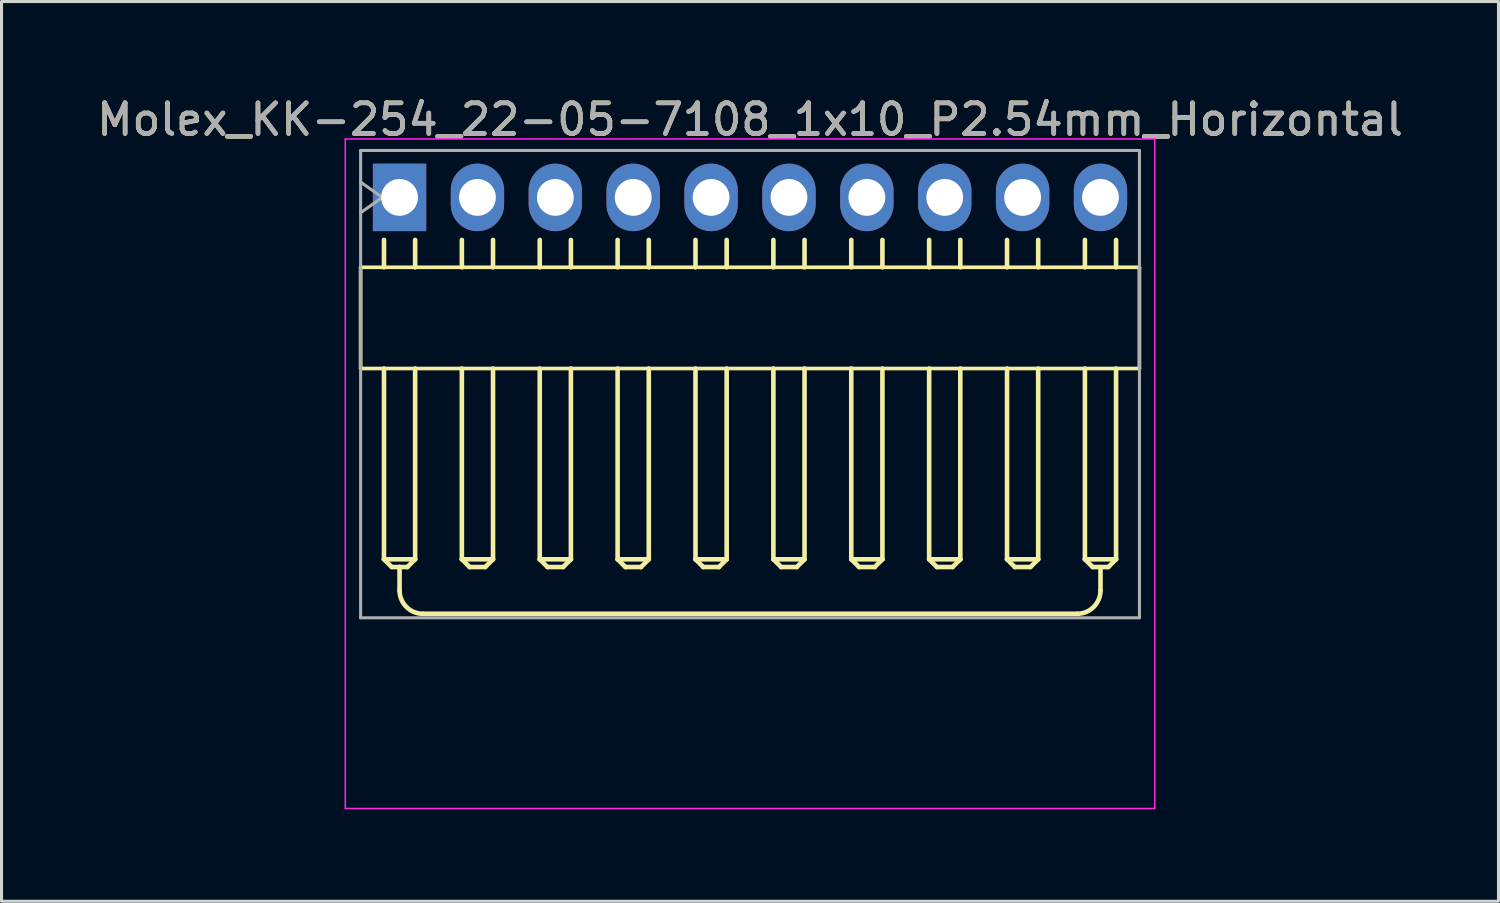
<source format=kicad_pcb>
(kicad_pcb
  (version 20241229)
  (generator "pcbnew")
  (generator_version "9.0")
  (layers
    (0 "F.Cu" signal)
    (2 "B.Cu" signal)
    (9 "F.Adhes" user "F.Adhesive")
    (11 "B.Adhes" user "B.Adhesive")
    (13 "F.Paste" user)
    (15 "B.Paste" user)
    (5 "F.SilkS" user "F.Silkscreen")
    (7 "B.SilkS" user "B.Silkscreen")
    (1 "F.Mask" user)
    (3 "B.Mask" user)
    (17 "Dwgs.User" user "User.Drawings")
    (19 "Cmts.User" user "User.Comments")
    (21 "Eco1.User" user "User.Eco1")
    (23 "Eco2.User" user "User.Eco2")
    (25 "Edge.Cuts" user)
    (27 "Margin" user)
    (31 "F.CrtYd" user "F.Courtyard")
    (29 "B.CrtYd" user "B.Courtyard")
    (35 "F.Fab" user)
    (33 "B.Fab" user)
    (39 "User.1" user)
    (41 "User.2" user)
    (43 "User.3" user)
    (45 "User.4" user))
  (footprint "Molex_KK-254_22-05-7108_1x10_P2.54mm_Horizontal"
    (layer "F.Cu")
    (at 9.981 3.388)
    (property "Reference" "Molex_KK-254_22-05-7108_1x10_P2.54mm_Horizontal" (at 11.43 -2.54 0) (layer "F.SilkS") (effects (font (size 1 1) (thickness 0.15))))
    (attr through_hole)
    (fp_line (start -1.27 2.28) (end -1.27 5.58) (stroke (width 0.12) (type solid)) (layer "F.SilkS"))
    (fp_line (start -1.27 2.28) (end 24.13 2.28) (stroke (width 0.12) (type solid)) (layer "F.SilkS"))
    (fp_line (start -0.508 1.388) (end -0.508 2.28) (stroke (width 0.15) (type solid)) (layer "F.SilkS"))
    (fp_line (start -0.508 11.802) (end -0.508 5.582) (stroke (width 0.15) (type solid)) (layer "F.SilkS"))
    (fp_line (start -0.508 11.802) (end 0.508 11.802) (stroke (width 0.15) (type solid)) (layer "F.SilkS"))
    (fp_line (start -0.254 12.056) (end -0.508 11.802) (stroke (width 0.15) (type solid)) (layer "F.SilkS"))
    (fp_line (start 0 12.056) (end -0.254 12.056) (stroke (width 0.15) (type solid)) (layer "F.SilkS"))
    (fp_line (start 0 12.056) (end 0 12.818) (stroke (width 0.15) (type solid)) (layer "F.SilkS"))
    (fp_line (start 0.254 12.056) (end 0 12.056) (stroke (width 0.15) (type solid)) (layer "F.SilkS"))
    (fp_line (start 0.508 2.28) (end 0.508 1.388) (stroke (width 0.15) (type solid)) (layer "F.SilkS"))
    (fp_line (start 0.508 5.582) (end 0.508 11.802) (stroke (width 0.15) (type solid)) (layer "F.SilkS"))
    (fp_line (start 0.508 11.802) (end 0.254 12.056) (stroke (width 0.15) (type solid)) (layer "F.SilkS"))
    (fp_line (start 0.762 13.58) (end 22.098 13.58) (stroke (width 0.15) (type solid)) (layer "F.SilkS"))
    (fp_line (start 2.032 2.28) (end 2.032 1.388) (stroke (width 0.15) (type solid)) (layer "F.SilkS"))
    (fp_line (start 2.032 5.582) (end 2.032 11.802) (stroke (width 0.15) (type solid)) (layer "F.SilkS"))
    (fp_line (start 2.032 11.802) (end 2.286 12.056) (stroke (width 0.15) (type solid)) (layer "F.SilkS"))
    (fp_line (start 2.286 12.056) (end 2.794 12.056) (stroke (width 0.15) (type solid)) (layer "F.SilkS"))
    (fp_line (start 2.794 12.056) (end 3.048 11.802) (stroke (width 0.15) (type solid)) (layer "F.SilkS"))
    (fp_line (start 3.048 2.28) (end 3.048 1.388) (stroke (width 0.15) (type solid)) (layer "F.SilkS"))
    (fp_line (start 3.048 11.802) (end 2.032 11.802) (stroke (width 0.15) (type solid)) (layer "F.SilkS"))
    (fp_line (start 3.048 11.802) (end 3.048 5.582) (stroke (width 0.15) (type solid)) (layer "F.SilkS"))
    (fp_line (start 4.572 2.28) (end 4.572 1.388) (stroke (width 0.15) (type solid)) (layer "F.SilkS"))
    (fp_line (start 4.572 5.582) (end 4.572 11.802) (stroke (width 0.15) (type solid)) (layer "F.SilkS"))
    (fp_line (start 4.572 11.802) (end 4.826 12.056) (stroke (width 0.15) (type solid)) (layer "F.SilkS"))
    (fp_line (start 4.826 12.056) (end 5.334 12.056) (stroke (width 0.15) (type solid)) (layer "F.SilkS"))
    (fp_line (start 5.334 12.056) (end 5.588 11.802) (stroke (width 0.15) (type solid)) (layer "F.SilkS"))
    (fp_line (start 5.588 2.28) (end 5.588 1.388) (stroke (width 0.15) (type solid)) (layer "F.SilkS"))
    (fp_line (start 5.588 11.802) (end 4.572 11.802) (stroke (width 0.15) (type solid)) (layer "F.SilkS"))
    (fp_line (start 5.588 11.802) (end 5.588 5.582) (stroke (width 0.15) (type solid)) (layer "F.SilkS"))
    (fp_line (start 7.112 2.28) (end 7.112 1.388) (stroke (width 0.15) (type solid)) (layer "F.SilkS"))
    (fp_line (start 7.112 5.582) (end 7.112 11.802) (stroke (width 0.15) (type solid)) (layer "F.SilkS"))
    (fp_line (start 7.112 11.802) (end 7.366 12.056) (stroke (width 0.15) (type solid)) (layer "F.SilkS"))
    (fp_line (start 7.366 12.056) (end 7.874 12.056) (stroke (width 0.15) (type solid)) (layer "F.SilkS"))
    (fp_line (start 7.874 12.056) (end 8.128 11.802) (stroke (width 0.15) (type solid)) (layer "F.SilkS"))
    (fp_line (start 8.128 2.28) (end 8.128 1.388) (stroke (width 0.15) (type solid)) (layer "F.SilkS"))
    (fp_line (start 8.128 11.802) (end 7.112 11.802) (stroke (width 0.15) (type solid)) (layer "F.SilkS"))
    (fp_line (start 8.128 11.802) (end 8.128 5.582) (stroke (width 0.15) (type solid)) (layer "F.SilkS"))
    (fp_line (start 9.652 2.28) (end 9.652 1.388) (stroke (width 0.15) (type solid)) (layer "F.SilkS"))
    (fp_line (start 9.652 5.582) (end 9.652 11.802) (stroke (width 0.15) (type solid)) (layer "F.SilkS"))
    (fp_line (start 9.652 11.802) (end 9.906 12.056) (stroke (width 0.15) (type solid)) (layer "F.SilkS"))
    (fp_line (start 9.906 12.056) (end 10.414 12.056) (stroke (width 0.15) (type solid)) (layer "F.SilkS"))
    (fp_line (start 10.414 12.056) (end 10.668 11.802) (stroke (width 0.15) (type solid)) (layer "F.SilkS"))
    (fp_line (start 10.668 2.28) (end 10.668 1.388) (stroke (width 0.15) (type solid)) (layer "F.SilkS"))
    (fp_line (start 10.668 11.802) (end 9.652 11.802) (stroke (width 0.15) (type solid)) (layer "F.SilkS"))
    (fp_line (start 10.668 11.802) (end 10.668 5.582) (stroke (width 0.15) (type solid)) (layer "F.SilkS"))
    (fp_line (start 12.192 2.28) (end 12.192 1.388) (stroke (width 0.15) (type solid)) (layer "F.SilkS"))
    (fp_line (start 12.192 5.582) (end 12.192 11.802) (stroke (width 0.15) (type solid)) (layer "F.SilkS"))
    (fp_line (start 12.192 11.802) (end 12.446 12.056) (stroke (width 0.15) (type solid)) (layer "F.SilkS"))
    (fp_line (start 12.446 12.056) (end 12.954 12.056) (stroke (width 0.15) (type solid)) (layer "F.SilkS"))
    (fp_line (start 12.954 12.056) (end 13.208 11.802) (stroke (width 0.15) (type solid)) (layer "F.SilkS"))
    (fp_line (start 13.208 2.28) (end 13.208 1.388) (stroke (width 0.15) (type solid)) (layer "F.SilkS"))
    (fp_line (start 13.208 11.802) (end 12.192 11.802) (stroke (width 0.15) (type solid)) (layer "F.SilkS"))
    (fp_line (start 13.208 11.802) (end 13.208 5.582) (stroke (width 0.15) (type solid)) (layer "F.SilkS"))
    (fp_line (start 14.732 2.28) (end 14.732 1.388) (stroke (width 0.15) (type solid)) (layer "F.SilkS"))
    (fp_line (start 14.732 5.582) (end 14.732 11.802) (stroke (width 0.15) (type solid)) (layer "F.SilkS"))
    (fp_line (start 14.732 11.802) (end 14.986 12.056) (stroke (width 0.15) (type solid)) (layer "F.SilkS"))
    (fp_line (start 14.986 12.056) (end 15.494 12.056) (stroke (width 0.15) (type solid)) (layer "F.SilkS"))
    (fp_line (start 15.494 12.056) (end 15.748 11.802) (stroke (width 0.15) (type solid)) (layer "F.SilkS"))
    (fp_line (start 15.748 2.28) (end 15.748 1.388) (stroke (width 0.15) (type solid)) (layer "F.SilkS"))
    (fp_line (start 15.748 11.802) (end 14.732 11.802) (stroke (width 0.15) (type solid)) (layer "F.SilkS"))
    (fp_line (start 15.748 11.802) (end 15.748 5.582) (stroke (width 0.15) (type solid)) (layer "F.SilkS"))
    (fp_line (start 17.272 2.28) (end 17.272 1.388) (stroke (width 0.15) (type solid)) (layer "F.SilkS"))
    (fp_line (start 17.272 5.582) (end 17.272 11.802) (stroke (width 0.15) (type solid)) (layer "F.SilkS"))
    (fp_line (start 17.272 11.802) (end 17.526 12.056) (stroke (width 0.15) (type solid)) (layer "F.SilkS"))
    (fp_line (start 17.526 12.056) (end 18.034 12.056) (stroke (width 0.15) (type solid)) (layer "F.SilkS"))
    (fp_line (start 18.034 12.056) (end 18.288 11.802) (stroke (width 0.15) (type solid)) (layer "F.SilkS"))
    (fp_line (start 18.288 2.28) (end 18.288 1.388) (stroke (width 0.15) (type solid)) (layer "F.SilkS"))
    (fp_line (start 18.288 11.802) (end 17.272 11.802) (stroke (width 0.15) (type solid)) (layer "F.SilkS"))
    (fp_line (start 18.288 11.802) (end 18.288 5.582) (stroke (width 0.15) (type solid)) (layer "F.SilkS"))
    (fp_line (start 19.812 2.28) (end 19.812 1.388) (stroke (width 0.15) (type solid)) (layer "F.SilkS"))
    (fp_line (start 19.812 5.582) (end 19.812 11.802) (stroke (width 0.15) (type solid)) (layer "F.SilkS"))
    (fp_line (start 19.812 11.802) (end 20.066 12.056) (stroke (width 0.15) (type solid)) (layer "F.SilkS"))
    (fp_line (start 20.066 12.056) (end 20.574 12.056) (stroke (width 0.15) (type solid)) (layer "F.SilkS"))
    (fp_line (start 20.574 12.056) (end 20.828 11.802) (stroke (width 0.15) (type solid)) (layer "F.SilkS"))
    (fp_line (start 20.828 2.28) (end 20.828 1.388) (stroke (width 0.15) (type solid)) (layer "F.SilkS"))
    (fp_line (start 20.828 11.802) (end 19.812 11.802) (stroke (width 0.15) (type solid)) (layer "F.SilkS"))
    (fp_line (start 20.828 11.802) (end 20.828 5.582) (stroke (width 0.15) (type solid)) (layer "F.SilkS"))
    (fp_line (start 22.352 2.28) (end 22.352 1.388) (stroke (width 0.15) (type solid)) (layer "F.SilkS"))
    (fp_line (start 22.352 5.582) (end 22.352 11.802) (stroke (width 0.15) (type solid)) (layer "F.SilkS"))
    (fp_line (start 22.352 11.802) (end 22.606 12.056) (stroke (width 0.15) (type solid)) (layer "F.SilkS"))
    (fp_line (start 22.606 12.056) (end 23.114 12.056) (stroke (width 0.15) (type solid)) (layer "F.SilkS"))
    (fp_line (start 22.86 12.056) (end 22.86 12.818) (stroke (width 0.15) (type solid)) (layer "F.SilkS"))
    (fp_line (start 23.114 12.056) (end 23.368 11.802) (stroke (width 0.15) (type solid)) (layer "F.SilkS"))
    (fp_line (start 23.368 2.28) (end 23.368 1.388) (stroke (width 0.15) (type solid)) (layer "F.SilkS"))
    (fp_line (start 23.368 11.802) (end 22.352 11.802) (stroke (width 0.15) (type solid)) (layer "F.SilkS"))
    (fp_line (start 23.368 11.802) (end 23.368 5.582) (stroke (width 0.15) (type solid)) (layer "F.SilkS"))
    (fp_line (start 24.13 2.28) (end 24.13 5.58) (stroke (width 0.12) (type solid)) (layer "F.SilkS"))
    (fp_line (start 24.13 5.58) (end -1.27 5.58) (stroke (width 0.12) (type solid)) (layer "F.SilkS"))
    (fp_arc (start 0.762 13.58) (mid 0.223185 13.356815) (end 0 12.818) (stroke (width 0.15) (type solid)) (layer "F.SilkS"))
    (fp_arc (start 22.86 12.818) (mid 22.636815 13.356815) (end 22.098 13.58) (stroke (width 0.15) (type solid)) (layer "F.SilkS"))
    (fp_line (start -1.77 -1.905) (end -1.77 19.93) (stroke (width 0.05) (type solid)) (layer "F.CrtYd"))
    (fp_line (start -1.762 19.93) (end 24.63 19.93) (stroke (width 0.05) (type solid)) (layer "F.CrtYd"))
    (fp_line (start 24.63 -1.905) (end -1.77 -1.905) (stroke (width 0.05) (type solid)) (layer "F.CrtYd"))
    (fp_line (start 24.63 19.93) (end 24.63 -1.905) (stroke (width 0.05) (type solid)) (layer "F.CrtYd"))
    (fp_line (start -1.27 -1.53) (end -1.27 13.71) (stroke (width 0.1) (type solid)) (layer "F.Fab"))
    (fp_line (start -1.27 -0.5) (end -0.563 0) (stroke (width 0.1) (type solid)) (layer "F.Fab"))
    (fp_line (start -1.27 13.71) (end 24.13 13.71) (stroke (width 0.1) (type solid)) (layer "F.Fab"))
    (fp_line (start -0.563 0) (end -1.27 0.5) (stroke (width 0.1) (type solid)) (layer "F.Fab"))
    (fp_line (start 24.13 -1.53) (end -1.27 -1.53) (stroke (width 0.1) (type solid)) (layer "F.Fab"))
    (fp_line (start 24.13 13.71) (end 24.13 -1.53) (stroke (width 0.1) (type solid)) (layer "F.Fab"))
    (fp_text user "${REFERENCE}" (at 11.43 -2.54 0) (layer "F.Fab") (effects (font (size 1 1) (thickness 0.15))))
    (pad "1" thru_hole rect (at 0 0) (size 1.74 2.2) (drill 1.2) (layers "*.Cu" "*.Mask"))
    (pad "2" thru_hole oval (at 2.54 0) (size 1.74 2.2) (drill 1.2) (layers "*.Cu" "*.Mask"))
    (pad "3" thru_hole oval (at 5.08 0) (size 1.74 2.2) (drill 1.2) (layers "*.Cu" "*.Mask"))
    (pad "4" thru_hole oval (at 7.62 0) (size 1.74 2.2) (drill 1.2) (layers "*.Cu" "*.Mask"))
    (pad "5" thru_hole oval (at 10.16 0) (size 1.74 2.2) (drill 1.2) (layers "*.Cu" "*.Mask"))
    (pad "6" thru_hole oval (at 12.7 0) (size 1.74 2.2) (drill 1.2) (layers "*.Cu" "*.Mask"))
    (pad "7" thru_hole oval (at 15.24 0) (size 1.74 2.2) (drill 1.2) (layers "*.Cu" "*.Mask"))
    (pad "8" thru_hole oval (at 17.78 0) (size 1.74 2.2) (drill 1.2) (layers "*.Cu" "*.Mask"))
    (pad "9" thru_hole oval (at 20.32 0) (size 1.74 2.2) (drill 1.2) (layers "*.Cu" "*.Mask"))
    (pad "10" thru_hole oval (at 22.86 0) (size 1.74 2.2) (drill 1.2) (layers "*.Cu" "*.Mask")))
  (gr_rect
    (start -3 -3)
    (end 45.821 26.343)
    (stroke (width 0.1) (type default))
    (fill no)
    (layer "Edge.Cuts")))
</source>
